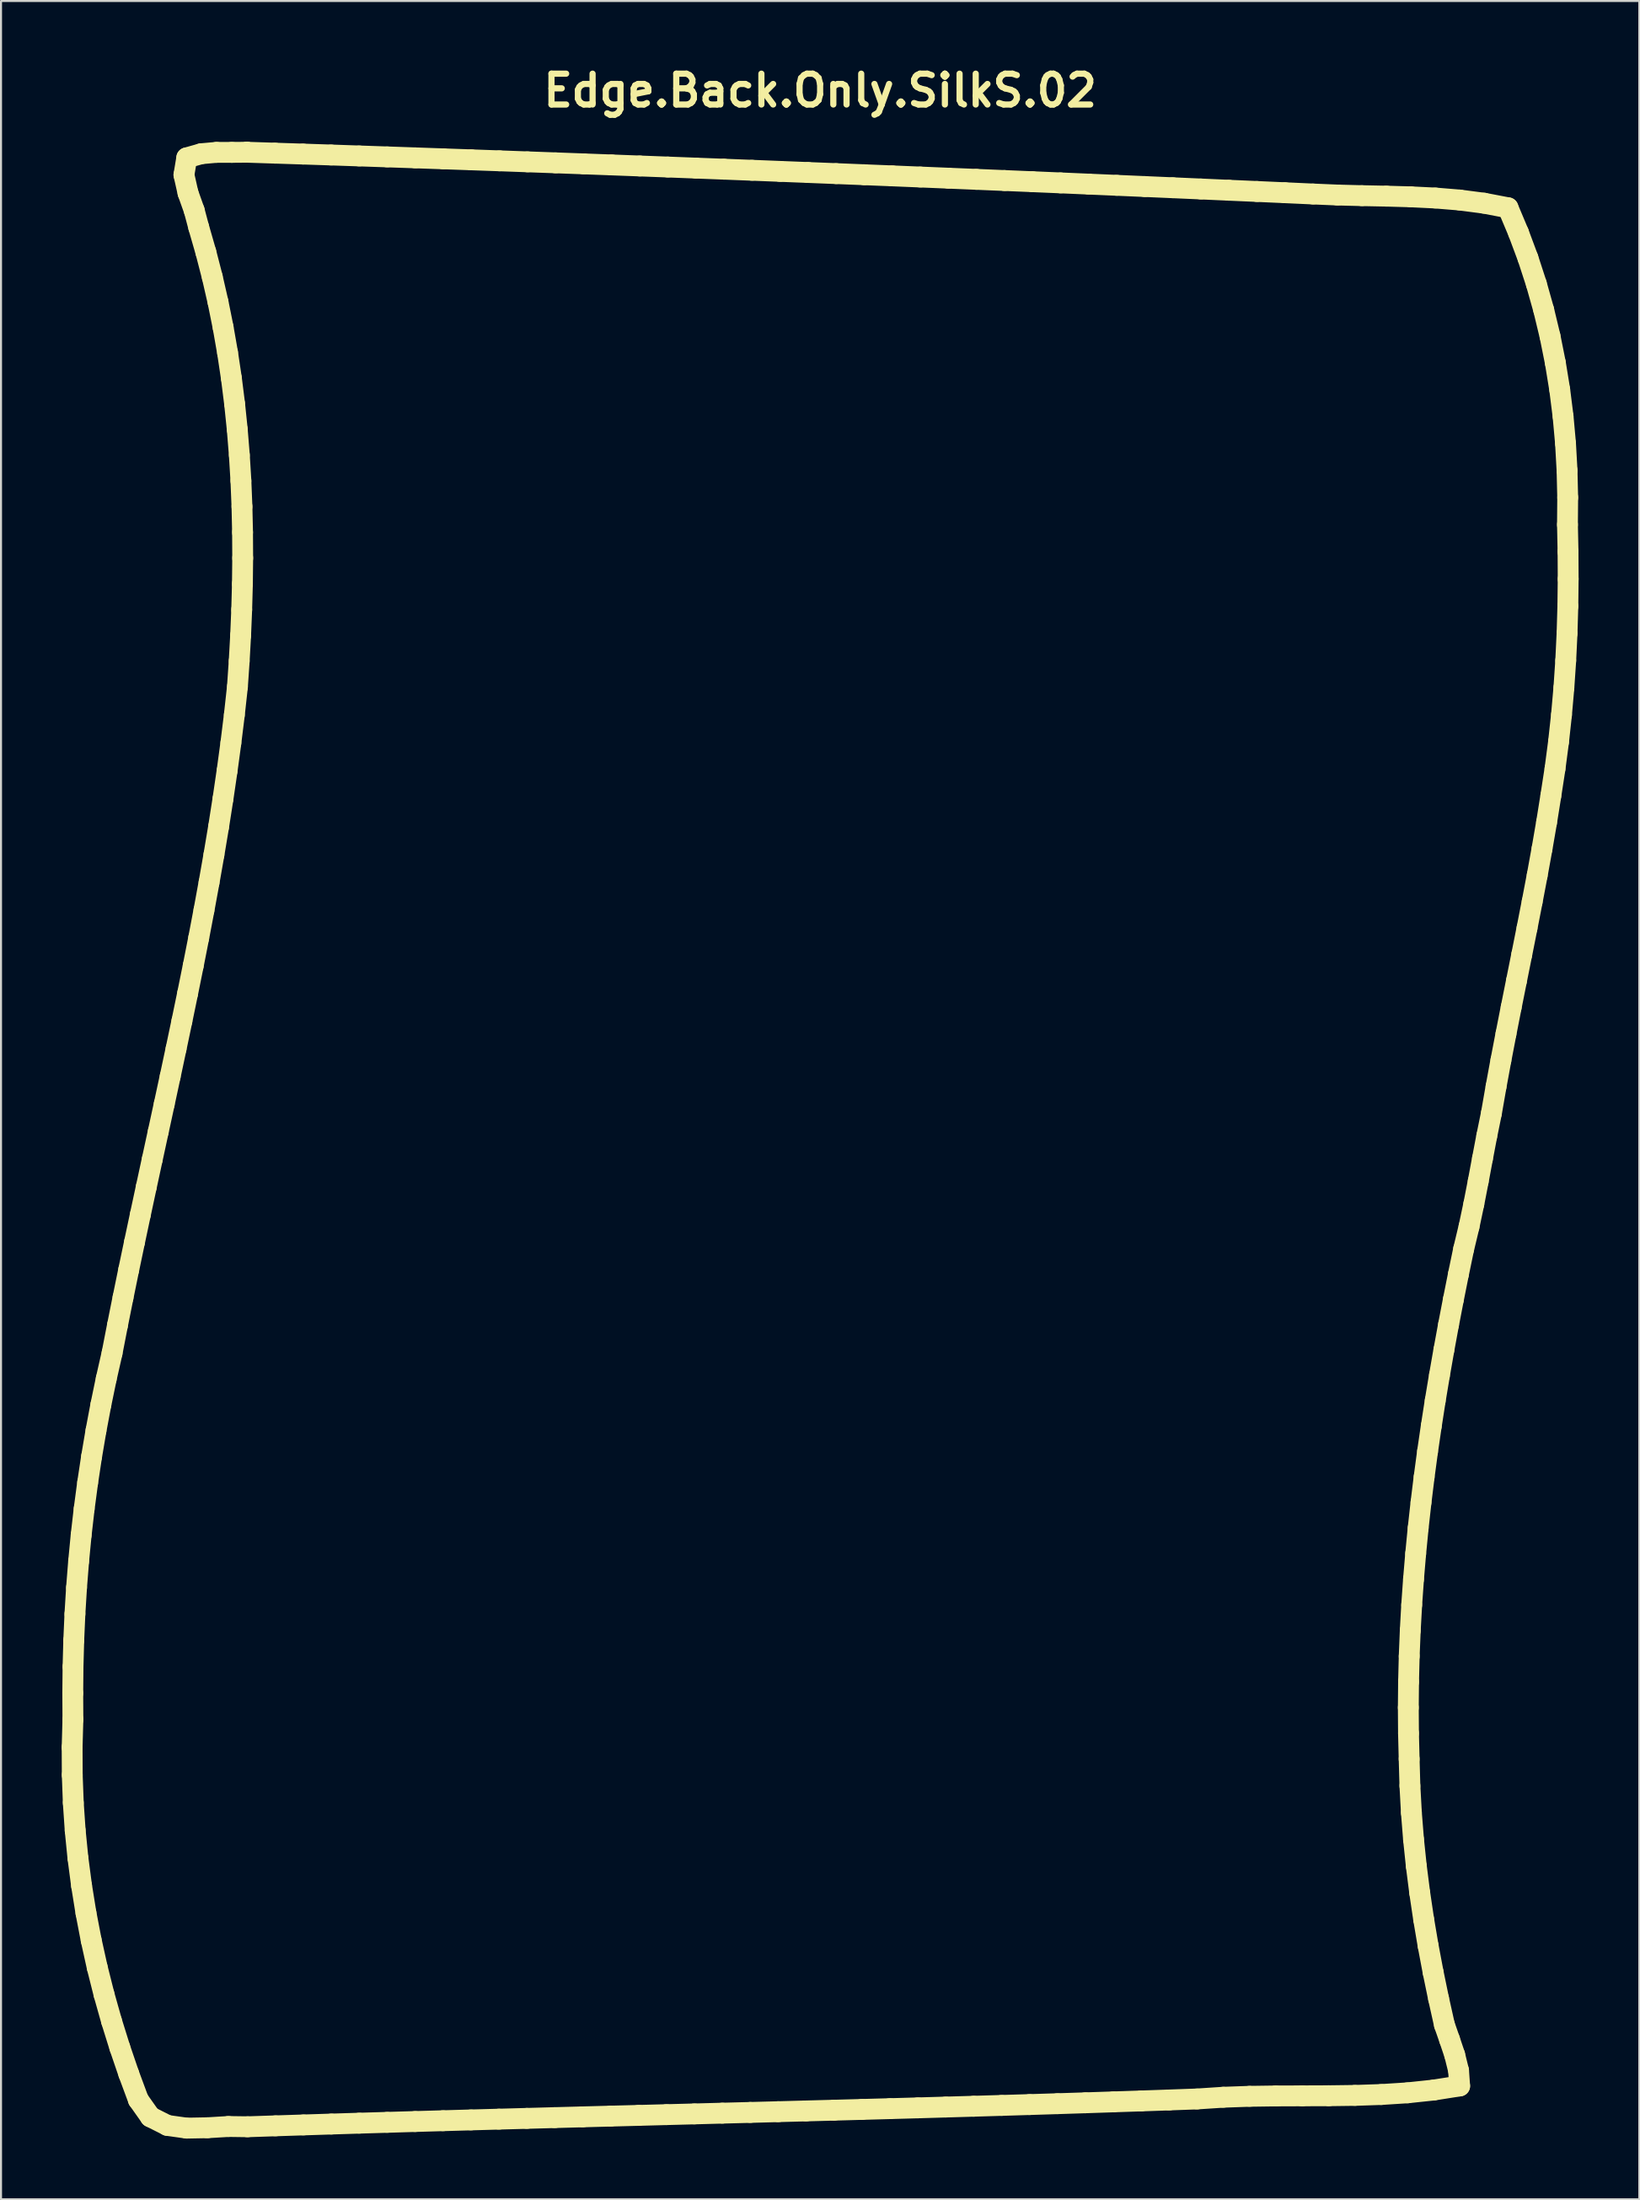
<source format=kicad_pcb>
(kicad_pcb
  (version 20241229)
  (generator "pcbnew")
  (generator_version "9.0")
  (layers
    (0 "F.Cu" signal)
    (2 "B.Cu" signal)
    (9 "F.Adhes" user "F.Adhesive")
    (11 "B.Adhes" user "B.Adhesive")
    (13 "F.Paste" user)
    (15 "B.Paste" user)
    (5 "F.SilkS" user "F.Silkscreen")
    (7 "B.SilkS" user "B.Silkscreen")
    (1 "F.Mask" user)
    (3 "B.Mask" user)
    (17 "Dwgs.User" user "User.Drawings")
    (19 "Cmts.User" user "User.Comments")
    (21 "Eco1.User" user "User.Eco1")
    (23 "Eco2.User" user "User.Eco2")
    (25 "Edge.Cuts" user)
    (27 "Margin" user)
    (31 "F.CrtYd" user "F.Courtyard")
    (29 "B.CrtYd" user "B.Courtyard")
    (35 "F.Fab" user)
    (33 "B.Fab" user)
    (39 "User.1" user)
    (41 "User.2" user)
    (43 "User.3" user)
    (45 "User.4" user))
  (footprint "Edge.Back.Only.SilkS.02"
    (layer "F.Cu")
    (at 37.494 53.313)
    (property "Reference" "Edge.Back.Only.SilkS.02" (at 0 -51.887 0) (layer "F.SilkS") (effects (font (size 1.524 1.524) (thickness 0.305))))
    (attr smd)
    (fp_line (start -36.978 30.001) (end -36.94 28.628) (stroke (width 1.031) (type solid)) (layer "F.SilkS"))
    (fp_line (start -36.972 31.372) (end -36.978 30.001) (stroke (width 1.031) (type solid)) (layer "F.SilkS"))
    (fp_line (start -36.947 27.323) (end -36.934 26.019) (stroke (width 1.031) (type solid)) (layer "F.SilkS"))
    (fp_line (start -36.94 28.628) (end -36.947 27.323) (stroke (width 1.031) (type solid)) (layer "F.SilkS"))
    (fp_line (start -36.934 26.019) (end -36.898 24.714) (stroke (width 1.031) (type solid)) (layer "F.SilkS"))
    (fp_line (start -36.921 32.744) (end -36.972 31.372) (stroke (width 1.031) (type solid)) (layer "F.SilkS"))
    (fp_line (start -36.898 24.714) (end -36.84 23.412) (stroke (width 1.031) (type solid)) (layer "F.SilkS"))
    (fp_line (start -36.84 23.412) (end -36.76 22.109) (stroke (width 1.031) (type solid)) (layer "F.SilkS"))
    (fp_line (start -36.827 34.113) (end -36.921 32.744) (stroke (width 1.031) (type solid)) (layer "F.SilkS"))
    (fp_line (start -36.76 22.109) (end -36.657 20.809) (stroke (width 1.031) (type solid)) (layer "F.SilkS"))
    (fp_line (start -36.691 35.478) (end -36.827 34.113) (stroke (width 1.031) (type solid)) (layer "F.SilkS"))
    (fp_line (start -36.657 20.809) (end -36.532 19.511) (stroke (width 1.031) (type solid)) (layer "F.SilkS"))
    (fp_line (start -36.532 19.511) (end -36.383 18.214) (stroke (width 1.031) (type solid)) (layer "F.SilkS"))
    (fp_line (start -36.512 36.838) (end -36.691 35.478) (stroke (width 1.031) (type solid)) (layer "F.SilkS"))
    (fp_line (start -36.383 18.214) (end -36.211 16.921) (stroke (width 1.031) (type solid)) (layer "F.SilkS"))
    (fp_line (start -36.294 38.193) (end -36.512 36.838) (stroke (width 1.031) (type solid)) (layer "F.SilkS"))
    (fp_line (start -36.211 16.921) (end -36.016 15.631) (stroke (width 1.031) (type solid)) (layer "F.SilkS"))
    (fp_line (start -36.035 39.541) (end -36.294 38.193) (stroke (width 1.031) (type solid)) (layer "F.SilkS"))
    (fp_line (start -36.016 15.631) (end -35.798 14.345) (stroke (width 1.031) (type solid)) (layer "F.SilkS"))
    (fp_line (start -35.798 14.345) (end -35.556 13.063) (stroke (width 1.031) (type solid)) (layer "F.SilkS"))
    (fp_line (start -35.738 40.881) (end -36.035 39.541) (stroke (width 1.031) (type solid)) (layer "F.SilkS"))
    (fp_line (start -35.556 13.063) (end -35.292 11.786) (stroke (width 1.031) (type solid)) (layer "F.SilkS"))
    (fp_line (start -35.403 42.212) (end -35.738 40.881) (stroke (width 1.031) (type solid)) (layer "F.SilkS"))
    (fp_line (start -35.292 11.786) (end -35.003 10.513) (stroke (width 1.031) (type solid)) (layer "F.SilkS"))
    (fp_line (start -35.031 43.532) (end -35.403 42.212) (stroke (width 1.031) (type solid)) (layer "F.SilkS"))
    (fp_line (start -35.003 10.513) (end -34.736 9.142) (stroke (width 1.031) (type solid)) (layer "F.SilkS"))
    (fp_line (start -34.736 9.142) (end -34.462 7.772) (stroke (width 1.031) (type solid)) (layer "F.SilkS"))
    (fp_line (start -34.622 44.843) (end -35.031 43.532) (stroke (width 1.031) (type solid)) (layer "F.SilkS"))
    (fp_line (start -34.462 7.772) (end -34.182 6.404) (stroke (width 1.031) (type solid)) (layer "F.SilkS"))
    (fp_line (start -34.182 6.404) (end -33.895 5.036) (stroke (width 1.031) (type solid)) (layer "F.SilkS"))
    (fp_line (start -34.179 46.141) (end -34.622 44.843) (stroke (width 1.031) (type solid)) (layer "F.SilkS"))
    (fp_line (start -33.895 5.036) (end -33.605 3.67) (stroke (width 1.031) (type solid)) (layer "F.SilkS"))
    (fp_line (start -33.702 47.428) (end -34.179 46.141) (stroke (width 1.031) (type solid)) (layer "F.SilkS"))
    (fp_line (start -33.605 3.67) (end -33.312 2.304) (stroke (width 1.031) (type solid)) (layer "F.SilkS"))
    (fp_line (start -33.312 2.304) (end -33.017 0.939) (stroke (width 1.031) (type solid)) (layer "F.SilkS"))
    (fp_line (start -33.108 48.268) (end -33.702 47.428) (stroke (width 1.031) (type solid)) (layer "F.SilkS"))
    (fp_line (start -33.017 0.939) (end -32.721 -0.426) (stroke (width 1.031) (type solid)) (layer "F.SilkS"))
    (fp_line (start -32.721 -0.426) (end -32.425 -1.792) (stroke (width 1.031) (type solid)) (layer "F.SilkS"))
    (fp_line (start -32.425 -1.792) (end -32.131 -3.157) (stroke (width 1.031) (type solid)) (layer "F.SilkS"))
    (fp_line (start -32.267 48.692) (end -33.108 48.268) (stroke (width 1.031) (type solid)) (layer "F.SilkS"))
    (fp_line (start -32.131 -3.157) (end -31.84 -4.523) (stroke (width 1.031) (type solid)) (layer "F.SilkS"))
    (fp_line (start -31.84 -4.523) (end -31.552 -5.89) (stroke (width 1.031) (type solid)) (layer "F.SilkS"))
    (fp_line (start -31.552 -5.89) (end -31.269 -7.258) (stroke (width 1.031) (type solid)) (layer "F.SilkS"))
    (fp_line (start -31.451 -47.72) (end -31.311 -48.562) (stroke (width 1.031) (type solid)) (layer "F.SilkS"))
    (fp_line (start -31.314 48.826) (end -32.267 48.692) (stroke (width 1.031) (type solid)) (layer "F.SilkS"))
    (fp_line (start -31.311 -48.562) (end -30.592 -48.765) (stroke (width 1.031) (type solid)) (layer "F.SilkS"))
    (fp_line (start -31.269 -7.258) (end -30.992 -8.627) (stroke (width 1.031) (type solid)) (layer "F.SilkS"))
    (fp_line (start -31.25 -46.827) (end -31.451 -47.72) (stroke (width 1.031) (type solid)) (layer "F.SilkS"))
    (fp_line (start -30.992 -8.627) (end -30.722 -9.998) (stroke (width 1.031) (type solid)) (layer "F.SilkS"))
    (fp_line (start -30.942 -45.96) (end -31.25 -46.827) (stroke (width 1.031) (type solid)) (layer "F.SilkS"))
    (fp_line (start -30.722 -9.998) (end -30.461 -11.37) (stroke (width 1.031) (type solid)) (layer "F.SilkS"))
    (fp_line (start -30.721 -45.129) (end -30.942 -45.96) (stroke (width 1.031) (type solid)) (layer "F.SilkS"))
    (fp_line (start -30.592 -48.765) (end -29.841 -48.832) (stroke (width 1.031) (type solid)) (layer "F.SilkS"))
    (fp_line (start -30.461 -11.37) (end -30.209 -12.744) (stroke (width 1.031) (type solid)) (layer "F.SilkS"))
    (fp_line (start -30.368 -43.904) (end -30.721 -45.129) (stroke (width 1.031) (type solid)) (layer "F.SilkS"))
    (fp_line (start -30.291 48.807) (end -31.314 48.826) (stroke (width 1.031) (type solid)) (layer "F.SilkS"))
    (fp_line (start -30.209 -12.744) (end -29.967 -14.12) (stroke (width 1.031) (type solid)) (layer "F.SilkS"))
    (fp_line (start -30.05 -42.672) (end -30.368 -43.904) (stroke (width 1.031) (type solid)) (layer "F.SilkS"))
    (fp_line (start -29.967 -14.12) (end -29.737 -15.497) (stroke (width 1.031) (type solid)) (layer "F.SilkS"))
    (fp_line (start -29.841 -48.832) (end -29.084 -48.832) (stroke (width 1.031) (type solid)) (layer "F.SilkS"))
    (fp_line (start -29.765 -41.43) (end -30.05 -42.672) (stroke (width 1.031) (type solid)) (layer "F.SilkS"))
    (fp_line (start -29.737 -15.497) (end -29.521 -16.877) (stroke (width 1.031) (type solid)) (layer "F.SilkS"))
    (fp_line (start -29.521 -16.877) (end -29.318 -18.259) (stroke (width 1.031) (type solid)) (layer "F.SilkS"))
    (fp_line (start -29.514 -40.183) (end -29.765 -41.43) (stroke (width 1.031) (type solid)) (layer "F.SilkS"))
    (fp_line (start -29.318 -18.259) (end -29.13 -19.643) (stroke (width 1.031) (type solid)) (layer "F.SilkS"))
    (fp_line (start -29.294 -38.928) (end -29.514 -40.183) (stroke (width 1.031) (type solid)) (layer "F.SilkS"))
    (fp_line (start -29.253 48.745) (end -30.291 48.807) (stroke (width 1.031) (type solid)) (layer "F.SilkS"))
    (fp_line (start -29.13 -19.643) (end -28.959 -21.029) (stroke (width 1.031) (type solid)) (layer "F.SilkS"))
    (fp_line (start -29.105 -37.669) (end -29.294 -38.928) (stroke (width 1.031) (type solid)) (layer "F.SilkS"))
    (fp_line (start -29.084 -48.832) (end -28.337 -48.838) (stroke (width 1.031) (type solid)) (layer "F.SilkS"))
    (fp_line (start -28.959 -21.029) (end -28.806 -22.418) (stroke (width 1.031) (type solid)) (layer "F.SilkS"))
    (fp_line (start -28.946 -36.405) (end -29.105 -37.669) (stroke (width 1.031) (type solid)) (layer "F.SilkS"))
    (fp_line (start -28.815 -35.138) (end -28.946 -36.405) (stroke (width 1.031) (type solid)) (layer "F.SilkS"))
    (fp_line (start -28.806 -22.418) (end -28.719 -23.688) (stroke (width 1.031) (type solid)) (layer "F.SilkS"))
    (fp_line (start -28.719 -23.688) (end -28.648 -24.96) (stroke (width 1.031) (type solid)) (layer "F.SilkS"))
    (fp_line (start -28.712 -33.869) (end -28.815 -35.138) (stroke (width 1.031) (type solid)) (layer "F.SilkS"))
    (fp_line (start -28.648 -24.96) (end -28.595 -26.232) (stroke (width 1.031) (type solid)) (layer "F.SilkS"))
    (fp_line (start -28.634 -32.598) (end -28.712 -33.869) (stroke (width 1.031) (type solid)) (layer "F.SilkS"))
    (fp_line (start -28.595 -26.232) (end -28.56 -27.505) (stroke (width 1.031) (type solid)) (layer "F.SilkS"))
    (fp_line (start -28.582 -31.326) (end -28.634 -32.598) (stroke (width 1.031) (type solid)) (layer "F.SilkS"))
    (fp_line (start -28.56 -27.505) (end -28.546 -28.779) (stroke (width 1.031) (type solid)) (layer "F.SilkS"))
    (fp_line (start -28.553 -30.052) (end -28.582 -31.326) (stroke (width 1.031) (type solid)) (layer "F.SilkS"))
    (fp_line (start -28.546 -28.779) (end -28.553 -30.052) (stroke (width 1.031) (type solid)) (layer "F.SilkS"))
    (fp_line (start -28.337 -48.838) (end -26.95 -48.793) (stroke (width 1.031) (type solid)) (layer "F.SilkS"))
    (fp_line (start -28.337 -48.838) (end -28.337 -48.838) (stroke (width 1.031) (type solid)) (layer "F.SilkS"))
    (fp_line (start -28.305 48.758) (end -29.253 48.745) (stroke (width 1.031) (type solid)) (layer "F.SilkS"))
    (fp_line (start -26.95 -48.793) (end -25.563 -48.748) (stroke (width 1.031) (type solid)) (layer "F.SilkS"))
    (fp_line (start -26.924 48.712) (end -28.305 48.758) (stroke (width 1.031) (type solid)) (layer "F.SilkS"))
    (fp_line (start -25.563 -48.748) (end -24.176 -48.702) (stroke (width 1.031) (type solid)) (layer "F.SilkS"))
    (fp_line (start -25.544 48.668) (end -26.924 48.712) (stroke (width 1.031) (type solid)) (layer "F.SilkS"))
    (fp_line (start -24.176 -48.702) (end -22.788 -48.655) (stroke (width 1.031) (type solid)) (layer "F.SilkS"))
    (fp_line (start -24.163 48.624) (end -25.544 48.668) (stroke (width 1.031) (type solid)) (layer "F.SilkS"))
    (fp_line (start -22.788 -48.655) (end -21.401 -48.608) (stroke (width 1.031) (type solid)) (layer "F.SilkS"))
    (fp_line (start -22.783 48.581) (end -24.163 48.624) (stroke (width 1.031) (type solid)) (layer "F.SilkS"))
    (fp_line (start -21.403 48.54) (end -22.783 48.581) (stroke (width 1.031) (type solid)) (layer "F.SilkS"))
    (fp_line (start -21.401 -48.608) (end -20.014 -48.56) (stroke (width 1.031) (type solid)) (layer "F.SilkS"))
    (fp_line (start -20.022 48.499) (end -21.403 48.54) (stroke (width 1.031) (type solid)) (layer "F.SilkS"))
    (fp_line (start -20.014 -48.56) (end -18.626 -48.512) (stroke (width 1.031) (type solid)) (layer "F.SilkS"))
    (fp_line (start -18.642 48.459) (end -20.022 48.499) (stroke (width 1.031) (type solid)) (layer "F.SilkS"))
    (fp_line (start -18.626 -48.512) (end -17.239 -48.463) (stroke (width 1.031) (type solid)) (layer "F.SilkS"))
    (fp_line (start -17.261 48.42) (end -18.642 48.459) (stroke (width 1.031) (type solid)) (layer "F.SilkS"))
    (fp_line (start -17.239 -48.463) (end -15.852 -48.414) (stroke (width 1.031) (type solid)) (layer "F.SilkS"))
    (fp_line (start -15.88 48.382) (end -17.261 48.42) (stroke (width 1.031) (type solid)) (layer "F.SilkS"))
    (fp_line (start -15.852 -48.414) (end -14.465 -48.364) (stroke (width 1.031) (type solid)) (layer "F.SilkS"))
    (fp_line (start -14.499 48.344) (end -15.88 48.382) (stroke (width 1.031) (type solid)) (layer "F.SilkS"))
    (fp_line (start -14.465 -48.364) (end -13.078 -48.314) (stroke (width 1.031) (type solid)) (layer "F.SilkS"))
    (fp_line (start -13.119 48.306) (end -14.499 48.344) (stroke (width 1.031) (type solid)) (layer "F.SilkS"))
    (fp_line (start -13.078 -48.314) (end -11.69 -48.263) (stroke (width 1.031) (type solid)) (layer "F.SilkS"))
    (fp_line (start -11.738 48.269) (end -13.119 48.306) (stroke (width 1.031) (type solid)) (layer "F.SilkS"))
    (fp_line (start -11.69 -48.263) (end -10.303 -48.211) (stroke (width 1.031) (type solid)) (layer "F.SilkS"))
    (fp_line (start -10.358 48.232) (end -11.738 48.269) (stroke (width 1.031) (type solid)) (layer "F.SilkS"))
    (fp_line (start -10.303 -48.211) (end -8.916 -48.159) (stroke (width 1.031) (type solid)) (layer "F.SilkS"))
    (fp_line (start -8.977 48.196) (end -10.358 48.232) (stroke (width 1.031) (type solid)) (layer "F.SilkS"))
    (fp_line (start -8.916 -48.159) (end -7.529 -48.107) (stroke (width 1.031) (type solid)) (layer "F.SilkS"))
    (fp_line (start -7.596 48.159) (end -8.977 48.196) (stroke (width 1.031) (type solid)) (layer "F.SilkS"))
    (fp_line (start -7.529 -48.107) (end -6.142 -48.054) (stroke (width 1.031) (type solid)) (layer "F.SilkS"))
    (fp_line (start -6.216 48.123) (end -7.596 48.159) (stroke (width 1.031) (type solid)) (layer "F.SilkS"))
    (fp_line (start -6.142 -48.054) (end -4.755 -48.001) (stroke (width 1.031) (type solid)) (layer "F.SilkS"))
    (fp_line (start -4.835 48.086) (end -6.216 48.123) (stroke (width 1.031) (type solid)) (layer "F.SilkS"))
    (fp_line (start -4.755 -48.001) (end -3.368 -47.947) (stroke (width 1.031) (type solid)) (layer "F.SilkS"))
    (fp_line (start -3.454 48.05) (end -4.835 48.086) (stroke (width 1.031) (type solid)) (layer "F.SilkS"))
    (fp_line (start -3.368 -47.947) (end -1.981 -47.892) (stroke (width 1.031) (type solid)) (layer "F.SilkS"))
    (fp_line (start -2.074 48.013) (end -3.454 48.05) (stroke (width 1.031) (type solid)) (layer "F.SilkS"))
    (fp_line (start -1.981 -47.892) (end -0.594 -47.837) (stroke (width 1.031) (type solid)) (layer "F.SilkS"))
    (fp_line (start -0.693 47.976) (end -2.074 48.013) (stroke (width 1.031) (type solid)) (layer "F.SilkS"))
    (fp_line (start -0.594 -47.837) (end 0.792 -47.782) (stroke (width 1.031) (type solid)) (layer "F.SilkS"))
    (fp_line (start 0.688 47.939) (end -0.693 47.976) (stroke (width 1.031) (type solid)) (layer "F.SilkS"))
    (fp_line (start 0.792 -47.782) (end 2.179 -47.726) (stroke (width 1.031) (type solid)) (layer "F.SilkS"))
    (fp_line (start 2.068 47.901) (end 0.688 47.939) (stroke (width 1.031) (type solid)) (layer "F.SilkS"))
    (fp_line (start 2.179 -47.726) (end 3.566 -47.67) (stroke (width 1.031) (type solid)) (layer "F.SilkS"))
    (fp_line (start 3.449 47.863) (end 2.068 47.901) (stroke (width 1.031) (type solid)) (layer "F.SilkS"))
    (fp_line (start 3.566 -47.67) (end 4.953 -47.613) (stroke (width 1.031) (type solid)) (layer "F.SilkS"))
    (fp_line (start 4.83 47.824) (end 3.449 47.863) (stroke (width 1.031) (type solid)) (layer "F.SilkS"))
    (fp_line (start 4.953 -47.613) (end 6.34 -47.556) (stroke (width 1.031) (type solid)) (layer "F.SilkS"))
    (fp_line (start 6.21 47.784) (end 4.83 47.824) (stroke (width 1.031) (type solid)) (layer "F.SilkS"))
    (fp_line (start 6.34 -47.556) (end 7.727 -47.498) (stroke (width 1.031) (type solid)) (layer "F.SilkS"))
    (fp_line (start 7.591 47.744) (end 6.21 47.784) (stroke (width 1.031) (type solid)) (layer "F.SilkS"))
    (fp_line (start 7.727 -47.498) (end 9.114 -47.44) (stroke (width 1.031) (type solid)) (layer "F.SilkS"))
    (fp_line (start 8.972 47.703) (end 7.591 47.744) (stroke (width 1.031) (type solid)) (layer "F.SilkS"))
    (fp_line (start 9.114 -47.44) (end 10.501 -47.382) (stroke (width 1.031) (type solid)) (layer "F.SilkS"))
    (fp_line (start 10.352 47.661) (end 8.972 47.703) (stroke (width 1.031) (type solid)) (layer "F.SilkS"))
    (fp_line (start 10.501 -47.382) (end 11.887 -47.323) (stroke (width 1.031) (type solid)) (layer "F.SilkS"))
    (fp_line (start 11.733 47.618) (end 10.352 47.661) (stroke (width 1.031) (type solid)) (layer "F.SilkS"))
    (fp_line (start 11.887 -47.323) (end 13.274 -47.263) (stroke (width 1.031) (type solid)) (layer "F.SilkS"))
    (fp_line (start 13.113 47.574) (end 11.733 47.618) (stroke (width 1.031) (type solid)) (layer "F.SilkS"))
    (fp_line (start 13.274 -47.263) (end 14.661 -47.203) (stroke (width 1.031) (type solid)) (layer "F.SilkS"))
    (fp_line (start 14.494 47.528) (end 13.113 47.574) (stroke (width 1.031) (type solid)) (layer "F.SilkS"))
    (fp_line (start 14.661 -47.203) (end 16.047 -47.143) (stroke (width 1.031) (type solid)) (layer "F.SilkS"))
    (fp_line (start 15.874 47.482) (end 14.494 47.528) (stroke (width 1.031) (type solid)) (layer "F.SilkS"))
    (fp_line (start 16.047 -47.143) (end 17.434 -47.083) (stroke (width 1.031) (type solid)) (layer "F.SilkS"))
    (fp_line (start 17.255 47.434) (end 15.874 47.482) (stroke (width 1.031) (type solid)) (layer "F.SilkS"))
    (fp_line (start 17.434 -47.083) (end 18.821 -47.022) (stroke (width 1.031) (type solid)) (layer "F.SilkS"))
    (fp_line (start 18.635 47.384) (end 17.255 47.434) (stroke (width 1.031) (type solid)) (layer "F.SilkS"))
    (fp_line (start 18.821 -47.022) (end 20.207 -46.96) (stroke (width 1.031) (type solid)) (layer "F.SilkS"))
    (fp_line (start 19.933 47.299) (end 18.635 47.384) (stroke (width 1.031) (type solid)) (layer "F.SilkS"))
    (fp_line (start 20.207 -46.96) (end 21.594 -46.899) (stroke (width 1.031) (type solid)) (layer "F.SilkS"))
    (fp_line (start 21.234 47.253) (end 19.933 47.299) (stroke (width 1.031) (type solid)) (layer "F.SilkS"))
    (fp_line (start 21.594 -46.899) (end 22.981 -46.837) (stroke (width 1.031) (type solid)) (layer "F.SilkS"))
    (fp_line (start 22.535 47.235) (end 21.234 47.253) (stroke (width 1.031) (type solid)) (layer "F.SilkS"))
    (fp_line (start 22.981 -46.837) (end 24.367 -46.774) (stroke (width 1.031) (type solid)) (layer "F.SilkS"))
    (fp_line (start 23.836 47.23) (end 22.535 47.235) (stroke (width 1.031) (type solid)) (layer "F.SilkS"))
    (fp_line (start 24.367 -46.774) (end 25.575 -46.723) (stroke (width 1.031) (type solid)) (layer "F.SilkS"))
    (fp_line (start 25.139 47.225) (end 23.836 47.23) (stroke (width 1.031) (type solid)) (layer "F.SilkS"))
    (fp_line (start 25.575 -46.723) (end 26.786 -46.692) (stroke (width 1.031) (type solid)) (layer "F.SilkS"))
    (fp_line (start 26.439 47.208) (end 25.139 47.225) (stroke (width 1.031) (type solid)) (layer "F.SilkS"))
    (fp_line (start 26.786 -46.692) (end 27.996 -46.668) (stroke (width 1.031) (type solid)) (layer "F.SilkS"))
    (fp_line (start 27.741 47.164) (end 26.439 47.208) (stroke (width 1.031) (type solid)) (layer "F.SilkS"))
    (fp_line (start 27.996 -46.668) (end 29.205 -46.634) (stroke (width 1.031) (type solid)) (layer "F.SilkS"))
    (fp_line (start 29.038 47.081) (end 27.741 47.164) (stroke (width 1.031) (type solid)) (layer "F.SilkS"))
    (fp_line (start 29.079 28.039) (end 29.088 29.308) (stroke (width 1.031) (type solid)) (layer "F.SilkS"))
    (fp_line (start 29.088 29.308) (end 29.12 30.579) (stroke (width 1.031) (type solid)) (layer "F.SilkS"))
    (fp_line (start 29.091 26.768) (end 29.079 28.039) (stroke (width 1.031) (type solid)) (layer "F.SilkS"))
    (fp_line (start 29.12 30.579) (end 29.158 31.907) (stroke (width 1.031) (type solid)) (layer "F.SilkS"))
    (fp_line (start 29.123 25.499) (end 29.091 26.768) (stroke (width 1.031) (type solid)) (layer "F.SilkS"))
    (fp_line (start 29.158 31.907) (end 29.231 33.233) (stroke (width 1.031) (type solid)) (layer "F.SilkS"))
    (fp_line (start 29.175 24.229) (end 29.123 25.499) (stroke (width 1.031) (type solid)) (layer "F.SilkS"))
    (fp_line (start 29.205 -46.634) (end 30.416 -46.575) (stroke (width 1.031) (type solid)) (layer "F.SilkS"))
    (fp_line (start 29.231 33.233) (end 29.337 34.557) (stroke (width 1.031) (type solid)) (layer "F.SilkS"))
    (fp_line (start 29.246 22.961) (end 29.175 24.229) (stroke (width 1.031) (type solid)) (layer "F.SilkS"))
    (fp_line (start 29.336 21.694) (end 29.246 22.961) (stroke (width 1.031) (type solid)) (layer "F.SilkS"))
    (fp_line (start 29.337 34.557) (end 29.475 35.878) (stroke (width 1.031) (type solid)) (layer "F.SilkS"))
    (fp_line (start 29.443 20.428) (end 29.336 21.694) (stroke (width 1.031) (type solid)) (layer "F.SilkS"))
    (fp_line (start 29.475 35.878) (end 29.643 37.196) (stroke (width 1.031) (type solid)) (layer "F.SilkS"))
    (fp_line (start 29.566 19.164) (end 29.443 20.428) (stroke (width 1.031) (type solid)) (layer "F.SilkS"))
    (fp_line (start 29.643 37.196) (end 29.838 38.509) (stroke (width 1.031) (type solid)) (layer "F.SilkS"))
    (fp_line (start 29.706 17.901) (end 29.566 19.164) (stroke (width 1.031) (type solid)) (layer "F.SilkS"))
    (fp_line (start 29.838 38.509) (end 30.06 39.819) (stroke (width 1.031) (type solid)) (layer "F.SilkS"))
    (fp_line (start 29.861 16.64) (end 29.706 17.901) (stroke (width 1.031) (type solid)) (layer "F.SilkS"))
    (fp_line (start 30.03 15.381) (end 29.861 16.64) (stroke (width 1.031) (type solid)) (layer "F.SilkS"))
    (fp_line (start 30.06 39.819) (end 30.306 41.124) (stroke (width 1.031) (type solid)) (layer "F.SilkS"))
    (fp_line (start 30.214 14.124) (end 30.03 15.381) (stroke (width 1.031) (type solid)) (layer "F.SilkS"))
    (fp_line (start 30.306 41.124) (end 30.575 42.426) (stroke (width 1.031) (type solid)) (layer "F.SilkS"))
    (fp_line (start 30.331 46.944) (end 29.038 47.081) (stroke (width 1.031) (type solid)) (layer "F.SilkS"))
    (fp_line (start 30.409 12.868) (end 30.214 14.124) (stroke (width 1.031) (type solid)) (layer "F.SilkS"))
    (fp_line (start 30.416 -46.575) (end 31.62 -46.476) (stroke (width 1.031) (type solid)) (layer "F.SilkS"))
    (fp_line (start 30.575 42.426) (end 30.864 43.721) (stroke (width 1.031) (type solid)) (layer "F.SilkS"))
    (fp_line (start 30.618 11.615) (end 30.409 12.868) (stroke (width 1.031) (type solid)) (layer "F.SilkS"))
    (fp_line (start 30.837 10.364) (end 30.618 11.615) (stroke (width 1.031) (type solid)) (layer "F.SilkS"))
    (fp_line (start 30.864 43.721) (end 31.119 44.452) (stroke (width 1.031) (type solid)) (layer "F.SilkS"))
    (fp_line (start 31.067 9.114) (end 30.837 10.364) (stroke (width 1.031) (type solid)) (layer "F.SilkS"))
    (fp_line (start 31.119 44.452) (end 31.371 45.202) (stroke (width 1.031) (type solid)) (layer "F.SilkS"))
    (fp_line (start 31.307 7.867) (end 31.067 9.114) (stroke (width 1.031) (type solid)) (layer "F.SilkS"))
    (fp_line (start 31.371 45.202) (end 31.563 45.979) (stroke (width 1.031) (type solid)) (layer "F.SilkS"))
    (fp_line (start 31.556 6.621) (end 31.307 7.867) (stroke (width 1.031) (type solid)) (layer "F.SilkS"))
    (fp_line (start 31.563 45.979) (end 31.617 46.741) (stroke (width 1.031) (type solid)) (layer "F.SilkS"))
    (fp_line (start 31.617 46.741) (end 30.331 46.944) (stroke (width 1.031) (type solid)) (layer "F.SilkS"))
    (fp_line (start 31.62 -46.476) (end 32.819 -46.32) (stroke (width 1.031) (type solid)) (layer "F.SilkS"))
    (fp_line (start 31.814 5.377) (end 31.556 6.621) (stroke (width 1.031) (type solid)) (layer "F.SilkS"))
    (fp_line (start 32.081 4.264) (end 31.814 5.377) (stroke (width 1.031) (type solid)) (layer "F.SilkS"))
    (fp_line (start 32.317 3.148) (end 32.081 4.264) (stroke (width 1.031) (type solid)) (layer "F.SilkS"))
    (fp_line (start 32.535 2.026) (end 32.317 3.148) (stroke (width 1.031) (type solid)) (layer "F.SilkS"))
    (fp_line (start 32.745 0.903) (end 32.535 2.026) (stroke (width 1.031) (type solid)) (layer "F.SilkS"))
    (fp_line (start 32.819 -46.32) (end 34.007 -46.093) (stroke (width 1.031) (type solid)) (layer "F.SilkS"))
    (fp_line (start 32.958 -0.219) (end 32.745 0.903) (stroke (width 1.031) (type solid)) (layer "F.SilkS"))
    (fp_line (start 33.187 -1.34) (end 32.958 -0.219) (stroke (width 1.031) (type solid)) (layer "F.SilkS"))
    (fp_line (start 33.416 -2.652) (end 33.187 -1.34) (stroke (width 1.031) (type solid)) (layer "F.SilkS"))
    (fp_line (start 33.657 -3.96) (end 33.416 -2.652) (stroke (width 1.031) (type solid)) (layer "F.SilkS"))
    (fp_line (start 33.908 -5.267) (end 33.657 -3.96) (stroke (width 1.031) (type solid)) (layer "F.SilkS"))
    (fp_line (start 34.007 -46.093) (end 34.527 -44.857) (stroke (width 1.031) (type solid)) (layer "F.SilkS"))
    (fp_line (start 34.164 -6.572) (end 33.908 -5.267) (stroke (width 1.031) (type solid)) (layer "F.SilkS"))
    (fp_line (start 34.425 -7.878) (end 34.164 -6.572) (stroke (width 1.031) (type solid)) (layer "F.SilkS"))
    (fp_line (start 34.527 -44.857) (end 34.994 -43.604) (stroke (width 1.031) (type solid)) (layer "F.SilkS"))
    (fp_line (start 34.687 -9.182) (end 34.425 -7.878) (stroke (width 1.031) (type solid)) (layer "F.SilkS"))
    (fp_line (start 34.947 -10.487) (end 34.687 -9.182) (stroke (width 1.031) (type solid)) (layer "F.SilkS"))
    (fp_line (start 34.994 -43.604) (end 35.409 -42.331) (stroke (width 1.031) (type solid)) (layer "F.SilkS"))
    (fp_line (start 35.202 -11.794) (end 34.947 -10.487) (stroke (width 1.031) (type solid)) (layer "F.SilkS"))
    (fp_line (start 35.409 -42.331) (end 35.772 -41.043) (stroke (width 1.031) (type solid)) (layer "F.SilkS"))
    (fp_line (start 35.451 -13.1) (end 35.202 -11.794) (stroke (width 1.031) (type solid)) (layer "F.SilkS"))
    (fp_line (start 35.689 -14.41) (end 35.451 -13.1) (stroke (width 1.031) (type solid)) (layer "F.SilkS"))
    (fp_line (start 35.772 -41.043) (end 36.085 -39.742) (stroke (width 1.031) (type solid)) (layer "F.SilkS"))
    (fp_line (start 35.915 -15.72) (end 35.689 -14.41) (stroke (width 1.031) (type solid)) (layer "F.SilkS"))
    (fp_line (start 36.085 -39.742) (end 36.348 -38.429) (stroke (width 1.031) (type solid)) (layer "F.SilkS"))
    (fp_line (start 36.126 -17.036) (end 35.915 -15.72) (stroke (width 1.031) (type solid)) (layer "F.SilkS"))
    (fp_line (start 36.331 -18.366) (end 36.126 -17.036) (stroke (width 1.031) (type solid)) (layer "F.SilkS"))
    (fp_line (start 36.348 -38.429) (end 36.563 -37.108) (stroke (width 1.031) (type solid)) (layer "F.SilkS"))
    (fp_line (start 36.506 -19.697) (end 36.331 -18.366) (stroke (width 1.031) (type solid)) (layer "F.SilkS"))
    (fp_line (start 36.563 -37.108) (end 36.73 -35.78) (stroke (width 1.031) (type solid)) (layer "F.SilkS"))
    (fp_line (start 36.652 -21.034) (end 36.506 -19.697) (stroke (width 1.031) (type solid)) (layer "F.SilkS"))
    (fp_line (start 36.73 -35.78) (end 36.851 -34.447) (stroke (width 1.031) (type solid)) (layer "F.SilkS"))
    (fp_line (start 36.77 -22.373) (end 36.652 -21.034) (stroke (width 1.031) (type solid)) (layer "F.SilkS"))
    (fp_line (start 36.851 -34.447) (end 36.926 -33.11) (stroke (width 1.031) (type solid)) (layer "F.SilkS"))
    (fp_line (start 36.861 -23.714) (end 36.77 -22.373) (stroke (width 1.031) (type solid)) (layer "F.SilkS"))
    (fp_line (start 36.926 -25.057) (end 36.861 -23.714) (stroke (width 1.031) (type solid)) (layer "F.SilkS"))
    (fp_line (start 36.926 -33.11) (end 36.958 -31.772) (stroke (width 1.031) (type solid)) (layer "F.SilkS"))
    (fp_line (start 36.947 -30.433) (end 36.975 -29.088) (stroke (width 1.031) (type solid)) (layer "F.SilkS"))
    (fp_line (start 36.958 -31.772) (end 36.947 -30.433) (stroke (width 1.031) (type solid)) (layer "F.SilkS"))
    (fp_line (start 36.966 -26.4) (end 36.926 -25.057) (stroke (width 1.031) (type solid)) (layer "F.SilkS"))
    (fp_line (start 36.975 -29.088) (end 36.982 -27.745) (stroke (width 1.031) (type solid)) (layer "F.SilkS"))
    (fp_line (start 36.982 -27.745) (end 36.966 -26.4) (stroke (width 1.031) (type solid)) (layer "F.SilkS")))
  (gr_rect
    (start -3 -3)
    (end 77.992 105.655)
    (stroke (width 0.1) (type default))
    (fill no)
    (layer "Edge.Cuts")))
</source>
